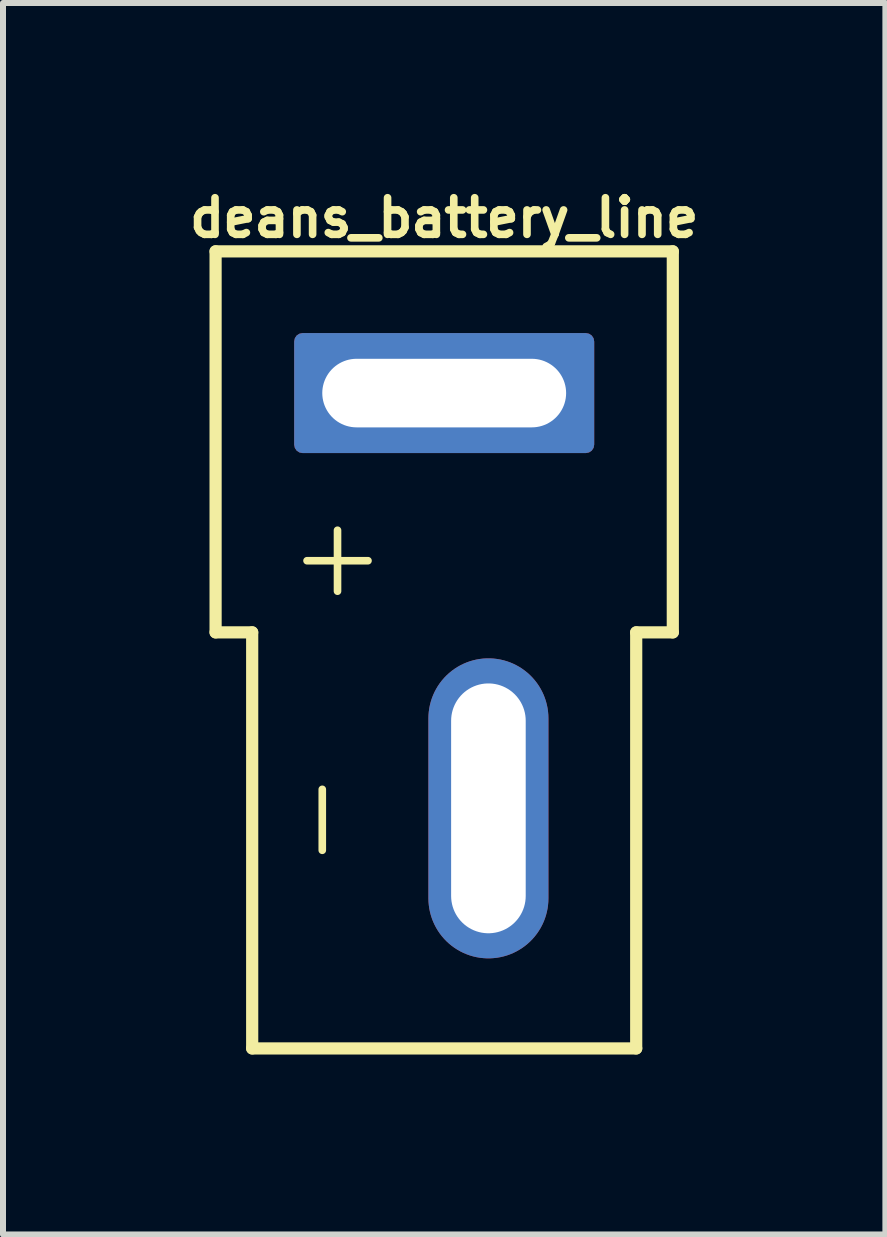
<source format=kicad_pcb>
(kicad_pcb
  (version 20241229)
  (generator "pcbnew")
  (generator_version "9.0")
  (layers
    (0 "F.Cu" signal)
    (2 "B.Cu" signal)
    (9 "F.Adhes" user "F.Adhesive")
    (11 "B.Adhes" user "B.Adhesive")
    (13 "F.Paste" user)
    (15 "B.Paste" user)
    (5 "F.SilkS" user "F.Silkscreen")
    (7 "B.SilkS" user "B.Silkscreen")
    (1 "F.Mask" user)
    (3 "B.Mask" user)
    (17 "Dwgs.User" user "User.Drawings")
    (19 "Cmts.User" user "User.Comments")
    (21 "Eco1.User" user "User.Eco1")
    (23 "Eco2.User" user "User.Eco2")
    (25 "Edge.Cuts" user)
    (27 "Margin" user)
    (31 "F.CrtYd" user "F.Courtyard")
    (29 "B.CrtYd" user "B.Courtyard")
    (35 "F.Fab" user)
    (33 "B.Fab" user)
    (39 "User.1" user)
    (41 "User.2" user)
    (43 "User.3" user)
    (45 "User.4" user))
  (footprint "deans_battery_line"
    (layer "F.Cu")
    (at 4.353 3.501)
    (property "Reference" "deans_battery_line" (at 0 -2.921 0) (layer "F.SilkS") (effects (font (size 0.61 0.61) (thickness 0.127))))
    (attr exclude_from_pos_files exclude_from_bom)
    (fp_line (start -3.81 -2.362) (end 3.81 -2.362) (stroke (width 0.203) (type solid)) (layer "F.SilkS"))
    (fp_line (start -3.81 3.988) (end -3.81 -2.362) (stroke (width 0.203) (type solid)) (layer "F.SilkS"))
    (fp_line (start -3.81 3.988) (end -3.2 3.988) (stroke (width 0.203) (type solid)) (layer "F.SilkS"))
    (fp_line (start -3.2 10.922) (end -3.2 3.988) (stroke (width 0.203) (type solid)) (layer "F.SilkS"))
    (fp_line (start -3.2 10.922) (end 3.2 10.922) (stroke (width 0.203) (type solid)) (layer "F.SilkS"))
    (fp_line (start -2.286 2.794) (end -1.27 2.794) (stroke (width 0.127) (type solid)) (layer "F.SilkS"))
    (fp_line (start -2.032 7.62) (end -2.032 6.604) (stroke (width 0.127) (type solid)) (layer "F.SilkS"))
    (fp_line (start -1.778 2.286) (end -1.778 3.302) (stroke (width 0.127) (type solid)) (layer "F.SilkS"))
    (fp_line (start 3.2 3.988) (end 3.81 3.988) (stroke (width 0.203) (type solid)) (layer "F.SilkS"))
    (fp_line (start 3.2 10.922) (end 3.2 3.988) (stroke (width 0.203) (type solid)) (layer "F.SilkS"))
    (fp_line (start 3.81 3.988) (end 3.81 -2.362) (stroke (width 0.203) (type solid)) (layer "F.SilkS"))
    (pad "1" thru_hole roundrect (at 0 0 90) (size 2 5) (drill oval 1.143 4.064) (layers "*.Cu" "*.Mask") (roundrect_rratio 0.07))
    (pad "2" thru_hole oval (at 0.737 6.921 180) (size 2 5) (drill oval 1.243 4.164) (layers "*.Cu" "*.Mask")))
  (gr_rect
    (start -3 -3)
    (end 11.706 17.524)
    (stroke (width 0.1) (type default))
    (fill no)
    (layer "Edge.Cuts")))
</source>
